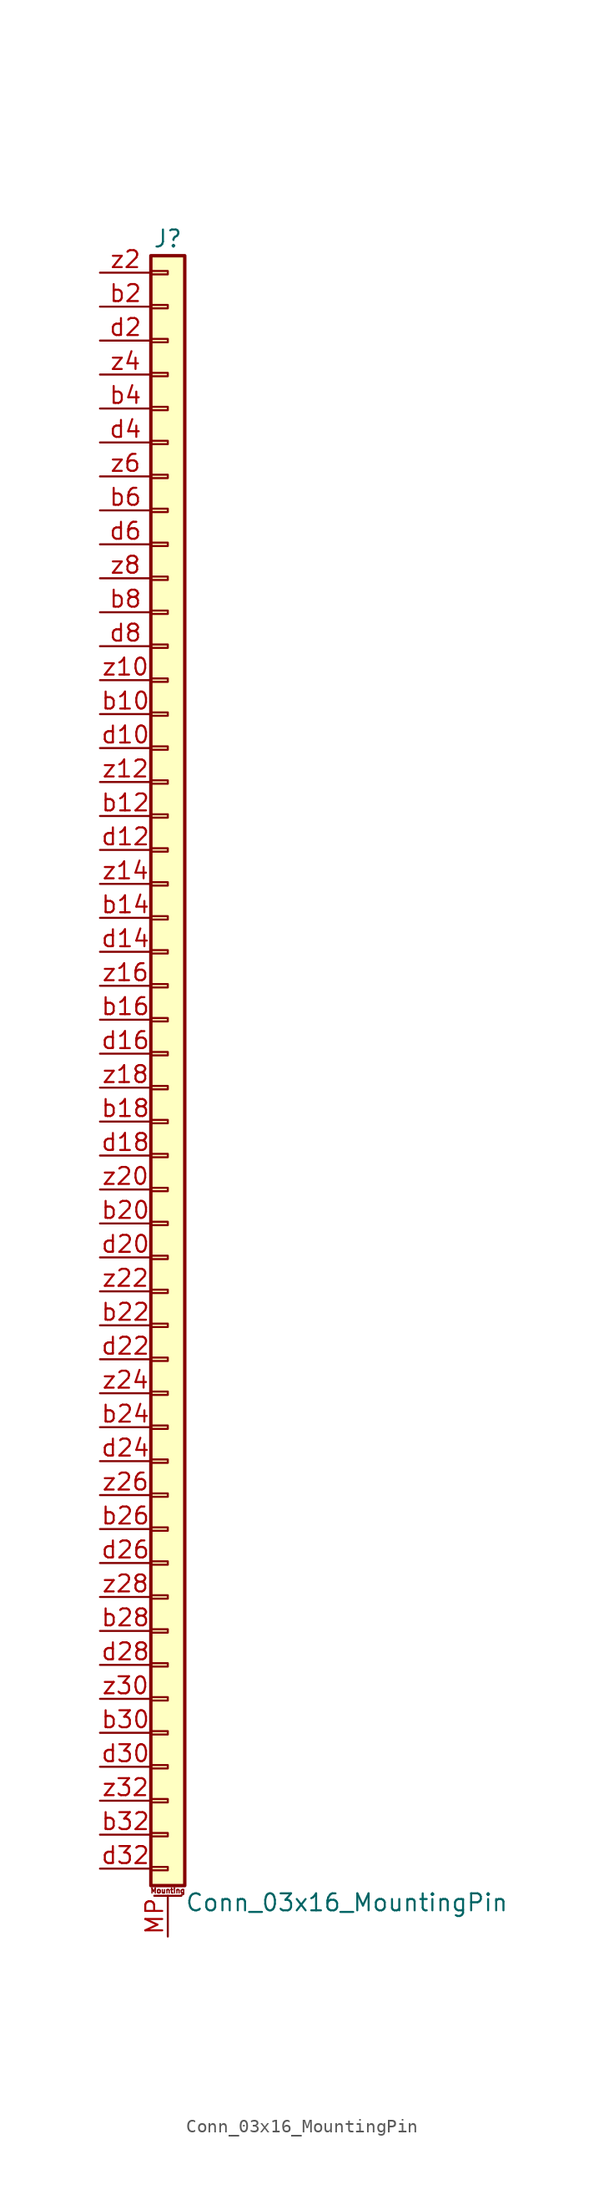
<source format=kicad_sym>
(kicad_symbol_lib
  (version 20231120)
  (generator "kicad_symbol_editor")
  (generator_version "8.0")
  (symbol "Conn_03x16_MountingPin"
    (pin_names
      (offset 1.016) hide)
    (property "Reference" "J"
      (at 0 60.96 0)
      (effects (font (size 1.27 1.27))))
    (property "Value" "Conn_03x16_MountingPin"
      (at 1.27 -63.5 0)
      (effects (font (size 1.27 1.27)) (justify left)))
    (property "ki_locked" ""
      (at 0 0 0)
      (effects (font (size 1.27 1.27))))
    (symbol "Conn_03x16_MountingPin_1_1"
      (rectangle (start -1.27 -60.833) (end 0 -61.087) (stroke (width 0.152) (type default)) (fill (type none)))
      (rectangle (start -1.27 -58.293) (end 0 -58.547) (stroke (width 0.152) (type default)) (fill (type none)))
      (rectangle (start -1.27 -55.753) (end 0 -56.007) (stroke (width 0.152) (type default)) (fill (type none)))
      (rectangle (start -1.27 -53.213) (end 0 -53.467) (stroke (width 0.152) (type default)) (fill (type none)))
      (rectangle (start -1.27 -50.673) (end 0 -50.927) (stroke (width 0.152) (type default)) (fill (type none)))
      (rectangle (start -1.27 -48.133) (end 0 -48.387) (stroke (width 0.152) (type default)) (fill (type none)))
      (rectangle (start -1.27 -45.593) (end 0 -45.847) (stroke (width 0.152) (type default)) (fill (type none)))
      (rectangle (start -1.27 -43.053) (end 0 -43.307) (stroke (width 0.152) (type default)) (fill (type none)))
      (rectangle (start -1.27 -40.513) (end 0 -40.767) (stroke (width 0.152) (type default)) (fill (type none)))
      (rectangle (start -1.27 -37.973) (end 0 -38.227) (stroke (width 0.152) (type default)) (fill (type none)))
      (rectangle (start -1.27 -35.433) (end 0 -35.687) (stroke (width 0.152) (type default)) (fill (type none)))
      (rectangle (start -1.27 -32.893) (end 0 -33.147) (stroke (width 0.152) (type default)) (fill (type none)))
      (rectangle (start -1.27 -30.353) (end 0 -30.607) (stroke (width 0.152) (type default)) (fill (type none)))
      (rectangle (start -1.27 -27.813) (end 0 -28.067) (stroke (width 0.152) (type default)) (fill (type none)))
      (rectangle (start -1.27 -25.273) (end 0 -25.527) (stroke (width 0.152) (type default)) (fill (type none)))
      (rectangle (start -1.27 -22.733) (end 0 -22.987) (stroke (width 0.152) (type default)) (fill (type none)))
      (rectangle (start -1.27 -20.193) (end 0 -20.447) (stroke (width 0.152) (type default)) (fill (type none)))
      (rectangle (start -1.27 -17.653) (end 0 -17.907) (stroke (width 0.152) (type default)) (fill (type none)))
      (rectangle (start -1.27 -15.113) (end 0 -15.367) (stroke (width 0.152) (type default)) (fill (type none)))
      (rectangle (start -1.27 -12.573) (end 0 -12.827) (stroke (width 0.152) (type default)) (fill (type none)))
      (rectangle (start -1.27 -10.033) (end 0 -10.287) (stroke (width 0.152) (type default)) (fill (type none)))
      (rectangle (start -1.27 -7.493) (end 0 -7.747) (stroke (width 0.152) (type default)) (fill (type none)))
      (rectangle (start -1.27 -4.953) (end 0 -5.207) (stroke (width 0.152) (type default)) (fill (type none)))
      (rectangle (start -1.27 -2.413) (end 0 -2.667) (stroke (width 0.152) (type default)) (fill (type none)))
      (rectangle (start -1.27 0.127) (end 0 -0.127) (stroke (width 0.152) (type default)) (fill (type none)))
      (rectangle (start -1.27 2.667) (end 0 2.413) (stroke (width 0.152) (type default)) (fill (type none)))
      (rectangle (start -1.27 5.207) (end 0 4.953) (stroke (width 0.152) (type default)) (fill (type none)))
      (rectangle (start -1.27 7.747) (end 0 7.493) (stroke (width 0.152) (type default)) (fill (type none)))
      (rectangle (start -1.27 10.287) (end 0 10.033) (stroke (width 0.152) (type default)) (fill (type none)))
      (rectangle (start -1.27 12.827) (end 0 12.573) (stroke (width 0.152) (type default)) (fill (type none)))
      (rectangle (start -1.27 15.367) (end 0 15.113) (stroke (width 0.152) (type default)) (fill (type none)))
      (rectangle (start -1.27 17.907) (end 0 17.653) (stroke (width 0.152) (type default)) (fill (type none)))
      (rectangle (start -1.27 20.447) (end 0 20.193) (stroke (width 0.152) (type default)) (fill (type none)))
      (rectangle (start -1.27 22.987) (end 0 22.733) (stroke (width 0.152) (type default)) (fill (type none)))
      (rectangle (start -1.27 25.527) (end 0 25.273) (stroke (width 0.152) (type default)) (fill (type none)))
      (rectangle (start -1.27 28.067) (end 0 27.813) (stroke (width 0.152) (type default)) (fill (type none)))
      (rectangle (start -1.27 30.607) (end 0 30.353) (stroke (width 0.152) (type default)) (fill (type none)))
      (rectangle (start -1.27 33.147) (end 0 32.893) (stroke (width 0.152) (type default)) (fill (type none)))
      (rectangle (start -1.27 35.687) (end 0 35.433) (stroke (width 0.152) (type default)) (fill (type none)))
      (rectangle (start -1.27 38.227) (end 0 37.973) (stroke (width 0.152) (type default)) (fill (type none)))
      (rectangle (start -1.27 40.767) (end 0 40.513) (stroke (width 0.152) (type default)) (fill (type none)))
      (rectangle (start -1.27 43.307) (end 0 43.053) (stroke (width 0.152) (type default)) (fill (type none)))
      (rectangle (start -1.27 45.847) (end 0 45.593) (stroke (width 0.152) (type default)) (fill (type none)))
      (rectangle (start -1.27 48.387) (end 0 48.133) (stroke (width 0.152) (type default)) (fill (type none)))
      (rectangle (start -1.27 50.927) (end 0 50.673) (stroke (width 0.152) (type default)) (fill (type none)))
      (rectangle (start -1.27 53.467) (end 0 53.213) (stroke (width 0.152) (type default)) (fill (type none)))
      (rectangle (start -1.27 56.007) (end 0 55.753) (stroke (width 0.152) (type default)) (fill (type none)))
      (rectangle (start -1.27 58.547) (end 0 58.293) (stroke (width 0.152) (type default)) (fill (type none)))
      (rectangle (start -1.27 59.69) (end 1.27 -62.23) (stroke (width 0.254) (type default)) (fill (type background)))
      (polyline (pts (xy -1.016 -62.992) (xy 1.016 -62.992)) (stroke (width 0.152) (type default)) (fill (type none)))
      (text "Mounting" (at 0 -62.611 0) (effects (font (size 0.381 0.381))))
      (pin passive line (at 0 -66.04 90) (length 3.048) (name "MountPin" (effects (font (size 1.27 1.27)))) (number "MP" (effects (font (size 1.27 1.27)))))
      (pin passive line (at -5.08 25.4 0) (length 3.81) (name "b10" (effects (font (size 1.27 1.27)))) (number "b10" (effects (font (size 1.27 1.27)))))
      (pin passive line (at -5.08 17.78 0) (length 3.81) (name "b12" (effects (font (size 1.27 1.27)))) (number "b12" (effects (font (size 1.27 1.27)))))
      (pin passive line (at -5.08 10.16 0) (length 3.81) (name "b14" (effects (font (size 1.27 1.27)))) (number "b14" (effects (font (size 1.27 1.27)))))
      (pin passive line (at -5.08 2.54 0) (length 3.81) (name "b16" (effects (font (size 1.27 1.27)))) (number "b16" (effects (font (size 1.27 1.27)))))
      (pin passive line (at -5.08 -5.08 0) (length 3.81) (name "b18" (effects (font (size 1.27 1.27)))) (number "b18" (effects (font (size 1.27 1.27)))))
      (pin passive line (at -5.08 55.88 0) (length 3.81) (name "b2" (effects (font (size 1.27 1.27)))) (number "b2" (effects (font (size 1.27 1.27)))))
      (pin passive line (at -5.08 -12.7 0) (length 3.81) (name "b20" (effects (font (size 1.27 1.27)))) (number "b20" (effects (font (size 1.27 1.27)))))
      (pin passive line (at -5.08 -20.32 0) (length 3.81) (name "b22" (effects (font (size 1.27 1.27)))) (number "b22" (effects (font (size 1.27 1.27)))))
      (pin passive line (at -5.08 -27.94 0) (length 3.81) (name "b24" (effects (font (size 1.27 1.27)))) (number "b24" (effects (font (size 1.27 1.27)))))
      (pin passive line (at -5.08 -35.56 0) (length 3.81) (name "b26" (effects (font (size 1.27 1.27)))) (number "b26" (effects (font (size 1.27 1.27)))))
      (pin passive line (at -5.08 -43.18 0) (length 3.81) (name "b28" (effects (font (size 1.27 1.27)))) (number "b28" (effects (font (size 1.27 1.27)))))
      (pin passive line (at -5.08 -50.8 0) (length 3.81) (name "b30" (effects (font (size 1.27 1.27)))) (number "b30" (effects (font (size 1.27 1.27)))))
      (pin passive line (at -5.08 -58.42 0) (length 3.81) (name "b32" (effects (font (size 1.27 1.27)))) (number "b32" (effects (font (size 1.27 1.27)))))
      (pin passive line (at -5.08 48.26 0) (length 3.81) (name "b4" (effects (font (size 1.27 1.27)))) (number "b4" (effects (font (size 1.27 1.27)))))
      (pin passive line (at -5.08 40.64 0) (length 3.81) (name "b6" (effects (font (size 1.27 1.27)))) (number "b6" (effects (font (size 1.27 1.27)))))
      (pin passive line (at -5.08 33.02 0) (length 3.81) (name "b8" (effects (font (size 1.27 1.27)))) (number "b8" (effects (font (size 1.27 1.27)))))
      (pin passive line (at -5.08 22.86 0) (length 3.81) (name "d10" (effects (font (size 1.27 1.27)))) (number "d10" (effects (font (size 1.27 1.27)))))
      (pin passive line (at -5.08 15.24 0) (length 3.81) (name "d12" (effects (font (size 1.27 1.27)))) (number "d12" (effects (font (size 1.27 1.27)))))
      (pin passive line (at -5.08 7.62 0) (length 3.81) (name "d14" (effects (font (size 1.27 1.27)))) (number "d14" (effects (font (size 1.27 1.27)))))
      (pin passive line (at -5.08 0 0) (length 3.81) (name "d16" (effects (font (size 1.27 1.27)))) (number "d16" (effects (font (size 1.27 1.27)))))
      (pin passive line (at -5.08 -7.62 0) (length 3.81) (name "d18" (effects (font (size 1.27 1.27)))) (number "d18" (effects (font (size 1.27 1.27)))))
      (pin passive line (at -5.08 53.34 0) (length 3.81) (name "d2" (effects (font (size 1.27 1.27)))) (number "d2" (effects (font (size 1.27 1.27)))))
      (pin passive line (at -5.08 -15.24 0) (length 3.81) (name "d20" (effects (font (size 1.27 1.27)))) (number "d20" (effects (font (size 1.27 1.27)))))
      (pin passive line (at -5.08 -22.86 0) (length 3.81) (name "d22" (effects (font (size 1.27 1.27)))) (number "d22" (effects (font (size 1.27 1.27)))))
      (pin passive line (at -5.08 -30.48 0) (length 3.81) (name "d24" (effects (font (size 1.27 1.27)))) (number "d24" (effects (font (size 1.27 1.27)))))
      (pin passive line (at -5.08 -38.1 0) (length 3.81) (name "d26" (effects (font (size 1.27 1.27)))) (number "d26" (effects (font (size 1.27 1.27)))))
      (pin passive line (at -5.08 -45.72 0) (length 3.81) (name "d28" (effects (font (size 1.27 1.27)))) (number "d28" (effects (font (size 1.27 1.27)))))
      (pin passive line (at -5.08 -53.34 0) (length 3.81) (name "d30" (effects (font (size 1.27 1.27)))) (number "d30" (effects (font (size 1.27 1.27)))))
      (pin passive line (at -5.08 -60.96 0) (length 3.81) (name "d32" (effects (font (size 1.27 1.27)))) (number "d32" (effects (font (size 1.27 1.27)))))
      (pin passive line (at -5.08 45.72 0) (length 3.81) (name "d4" (effects (font (size 1.27 1.27)))) (number "d4" (effects (font (size 1.27 1.27)))))
      (pin passive line (at -5.08 38.1 0) (length 3.81) (name "d6" (effects (font (size 1.27 1.27)))) (number "d6" (effects (font (size 1.27 1.27)))))
      (pin passive line (at -5.08 30.48 0) (length 3.81) (name "d8" (effects (font (size 1.27 1.27)))) (number "d8" (effects (font (size 1.27 1.27)))))
      (pin passive line (at -5.08 27.94 0) (length 3.81) (name "z10" (effects (font (size 1.27 1.27)))) (number "z10" (effects (font (size 1.27 1.27)))))
      (pin passive line (at -5.08 20.32 0) (length 3.81) (name "z12" (effects (font (size 1.27 1.27)))) (number "z12" (effects (font (size 1.27 1.27)))))
      (pin passive line (at -5.08 12.7 0) (length 3.81) (name "z14" (effects (font (size 1.27 1.27)))) (number "z14" (effects (font (size 1.27 1.27)))))
      (pin passive line (at -5.08 5.08 0) (length 3.81) (name "z16" (effects (font (size 1.27 1.27)))) (number "z16" (effects (font (size 1.27 1.27)))))
      (pin passive line (at -5.08 -2.54 0) (length 3.81) (name "z18" (effects (font (size 1.27 1.27)))) (number "z18" (effects (font (size 1.27 1.27)))))
      (pin passive line (at -5.08 58.42 0) (length 3.81) (name "z2" (effects (font (size 1.27 1.27)))) (number "z2" (effects (font (size 1.27 1.27)))))
      (pin passive line (at -5.08 -10.16 0) (length 3.81) (name "z20" (effects (font (size 1.27 1.27)))) (number "z20" (effects (font (size 1.27 1.27)))))
      (pin passive line (at -5.08 -17.78 0) (length 3.81) (name "z22" (effects (font (size 1.27 1.27)))) (number "z22" (effects (font (size 1.27 1.27)))))
      (pin passive line (at -5.08 -25.4 0) (length 3.81) (name "z24" (effects (font (size 1.27 1.27)))) (number "z24" (effects (font (size 1.27 1.27)))))
      (pin passive line (at -5.08 -33.02 0) (length 3.81) (name "z26" (effects (font (size 1.27 1.27)))) (number "z26" (effects (font (size 1.27 1.27)))))
      (pin passive line (at -5.08 -40.64 0) (length 3.81) (name "z28" (effects (font (size 1.27 1.27)))) (number "z28" (effects (font (size 1.27 1.27)))))
      (pin passive line (at -5.08 -48.26 0) (length 3.81) (name "z30" (effects (font (size 1.27 1.27)))) (number "z30" (effects (font (size 1.27 1.27)))))
      (pin passive line (at -5.08 -55.88 0) (length 3.81) (name "z32" (effects (font (size 1.27 1.27)))) (number "z32" (effects (font (size 1.27 1.27)))))
      (pin passive line (at -5.08 50.8 0) (length 3.81) (name "z4" (effects (font (size 1.27 1.27)))) (number "z4" (effects (font (size 1.27 1.27)))))
      (pin passive line (at -5.08 43.18 0) (length 3.81) (name "z6" (effects (font (size 1.27 1.27)))) (number "z6" (effects (font (size 1.27 1.27)))))
      (pin passive line (at -5.08 35.56 0) (length 3.81) (name "z8" (effects (font (size 1.27 1.27)))) (number "z8" (effects (font (size 1.27 1.27))))))))
</source>
